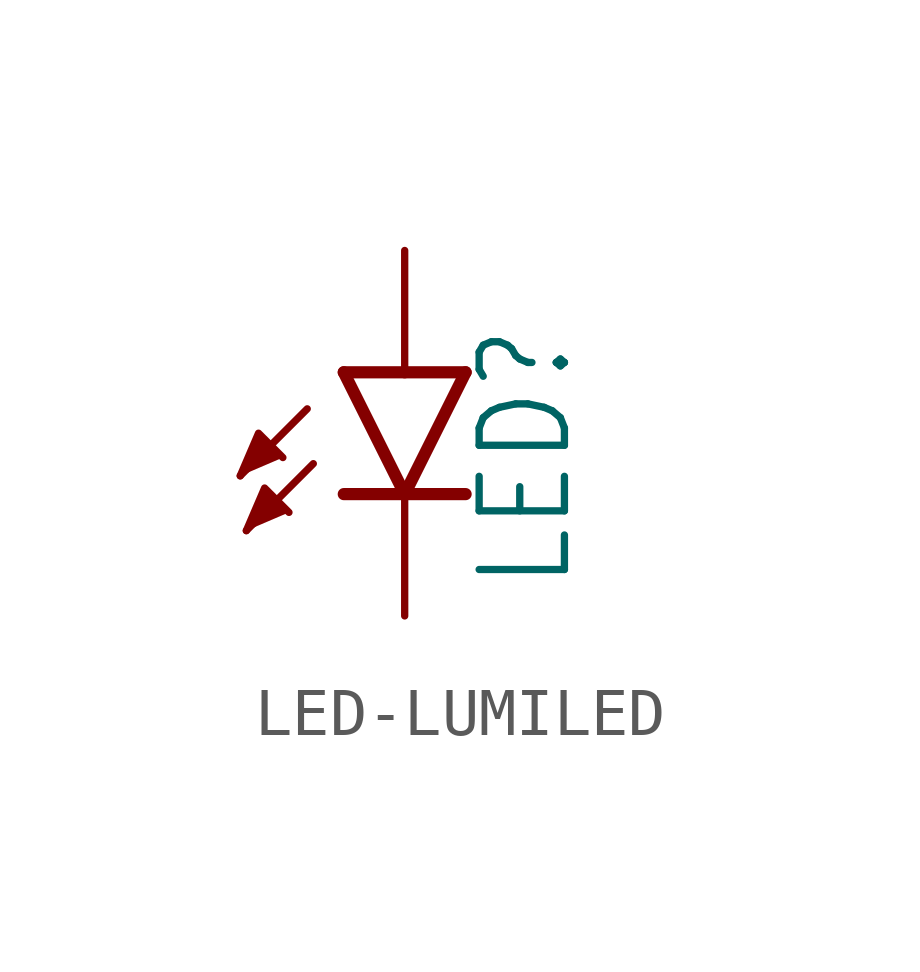
<source format=kicad_sym>
(kicad_symbol_lib
  (version 20231120)
  (generator "kicad_symbol_editor")
  (generator_version "8.0")
  (symbol "LED-LUMILED"
    (property "Reference" "LED"
      (at 3.556 -4.572 90)
      (effects (font (size 1.778 1.511)) (justify left bottom)))
    (property "Value" ""
      (at 5.715 -4.572 90)
      (effects (font (size 1.778 1.511)) (justify left bottom)))
    (property "ki_locked" ""
      (at 0 0 0)
      (effects (font (size 1.27 1.27))))
    (symbol "LED-LUMILED_1_0"
      (polyline (pts (xy -2.032 -0.762) (xy -3.429 -2.159)) (stroke (width 0.152) (type solid)) (fill (type none)))
      (polyline (pts (xy -1.905 -1.905) (xy -3.302 -3.302)) (stroke (width 0.152) (type solid)) (fill (type none)))
      (polyline (pts (xy 0 -2.54) (xy -1.27 -2.54)) (stroke (width 0.254) (type solid)) (fill (type none)))
      (polyline (pts (xy 0 -2.54) (xy -1.27 0)) (stroke (width 0.254) (type solid)) (fill (type none)))
      (polyline (pts (xy 0 0) (xy -1.27 0)) (stroke (width 0.254) (type solid)) (fill (type none)))
      (polyline (pts (xy 1.27 -2.54) (xy 0 -2.54)) (stroke (width 0.254) (type solid)) (fill (type none)))
      (polyline (pts (xy 1.27 0) (xy 0 -2.54)) (stroke (width 0.254) (type solid)) (fill (type none)))
      (polyline (pts (xy 1.27 0) (xy 0 0)) (stroke (width 0.254) (type solid)) (fill (type none)))
      (polyline (pts (xy -3.429 -2.159) (xy -3.048 -1.27) (xy -2.54 -1.778)) (stroke (width 0.152) (type solid)) (fill (type outline)))
      (polyline (pts (xy -3.302 -3.302) (xy -2.921 -2.413) (xy -2.413 -2.921)) (stroke (width 0.152) (type solid)) (fill (type outline)))
      (pin passive line (at 0 2.54 270) (length 2.54) (name "A" (effects (font (size 0 0)))) (number "2+" (effects (font (size 0 0)))))
      (pin passive line (at 0 -5.08 90) (length 2.54) (name "C" (effects (font (size 0 0)))) (number "4-" (effects (font (size 0 0))))))))
</source>
